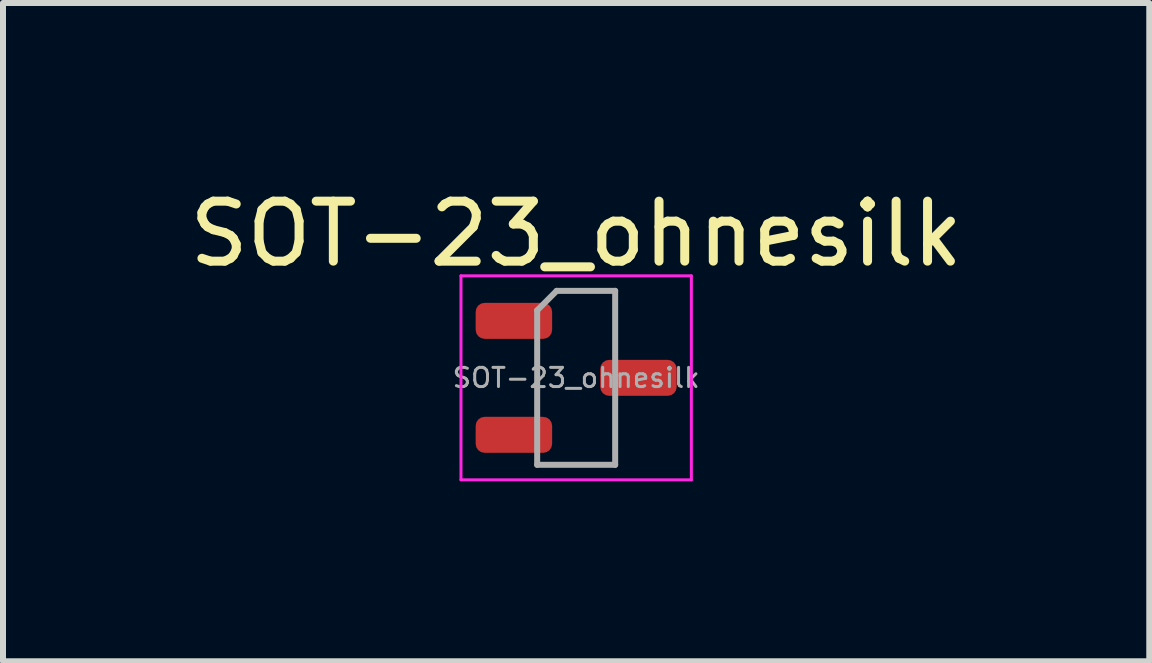
<source format=kicad_pcb>
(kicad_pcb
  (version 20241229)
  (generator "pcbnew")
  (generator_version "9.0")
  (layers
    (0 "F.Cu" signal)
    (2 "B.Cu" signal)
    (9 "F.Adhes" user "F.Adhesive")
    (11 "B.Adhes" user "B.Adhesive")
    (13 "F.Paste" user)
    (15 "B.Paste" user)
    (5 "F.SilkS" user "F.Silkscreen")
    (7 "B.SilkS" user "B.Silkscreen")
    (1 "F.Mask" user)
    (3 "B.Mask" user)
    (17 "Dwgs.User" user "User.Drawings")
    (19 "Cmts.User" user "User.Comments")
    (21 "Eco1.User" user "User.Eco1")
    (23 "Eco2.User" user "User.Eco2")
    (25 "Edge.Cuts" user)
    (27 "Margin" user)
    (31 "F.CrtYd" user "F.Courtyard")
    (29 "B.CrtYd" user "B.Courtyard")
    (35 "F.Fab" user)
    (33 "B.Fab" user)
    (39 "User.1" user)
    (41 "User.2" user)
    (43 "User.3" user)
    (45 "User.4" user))
  (footprint "SOT-23_ohnesilk"
    (layer "F.Cu")
    (at 6.554 3.248)
    (property "Reference" "SOT-23_ohnesilk" (at 0 -2.4 0) (layer "F.SilkS") (effects (font (size 1 1) (thickness 0.15))))
    (attr smd)
    (fp_line (start -1.92 -1.7) (end -1.92 1.7) (stroke (width 0.05) (type solid)) (layer "F.CrtYd"))
    (fp_line (start -1.92 1.7) (end 1.92 1.7) (stroke (width 0.05) (type solid)) (layer "F.CrtYd"))
    (fp_line (start 1.92 -1.7) (end -1.92 -1.7) (stroke (width 0.05) (type solid)) (layer "F.CrtYd"))
    (fp_line (start 1.92 1.7) (end 1.92 -1.7) (stroke (width 0.05) (type solid)) (layer "F.CrtYd"))
    (fp_line (start -0.65 -1.125) (end -0.325 -1.45) (stroke (width 0.1) (type solid)) (layer "F.Fab"))
    (fp_line (start -0.65 1.45) (end -0.65 -1.125) (stroke (width 0.1) (type solid)) (layer "F.Fab"))
    (fp_line (start -0.325 -1.45) (end 0.65 -1.45) (stroke (width 0.1) (type solid)) (layer "F.Fab"))
    (fp_line (start 0.65 -1.45) (end 0.65 1.45) (stroke (width 0.1) (type solid)) (layer "F.Fab"))
    (fp_line (start 0.65 1.45) (end -0.65 1.45) (stroke (width 0.1) (type solid)) (layer "F.Fab"))
    (fp_text user "${REFERENCE}" (at 0 0 0) (layer "F.Fab") (effects (font (size 0.32 0.32) (thickness 0.05))))
    (pad "1" smd roundrect (at -1.038 -0.95) (size 1.275 0.6) (layers "F.Cu" "F.Mask" "F.Paste") (roundrect_rratio 0.25))
    (pad "2" smd roundrect (at -1.038 0.95) (size 1.275 0.6) (layers "F.Cu" "F.Mask" "F.Paste") (roundrect_rratio 0.25))
    (pad "3" smd roundrect (at 1.038 0) (size 1.275 0.6) (layers "F.Cu" "F.Mask" "F.Paste") (roundrect_rratio 0.25)))
  (gr_rect
    (start -3 -3)
    (end 16.107 7.973)
    (stroke (width 0.1) (type default))
    (fill no)
    (layer "Edge.Cuts")))
</source>
